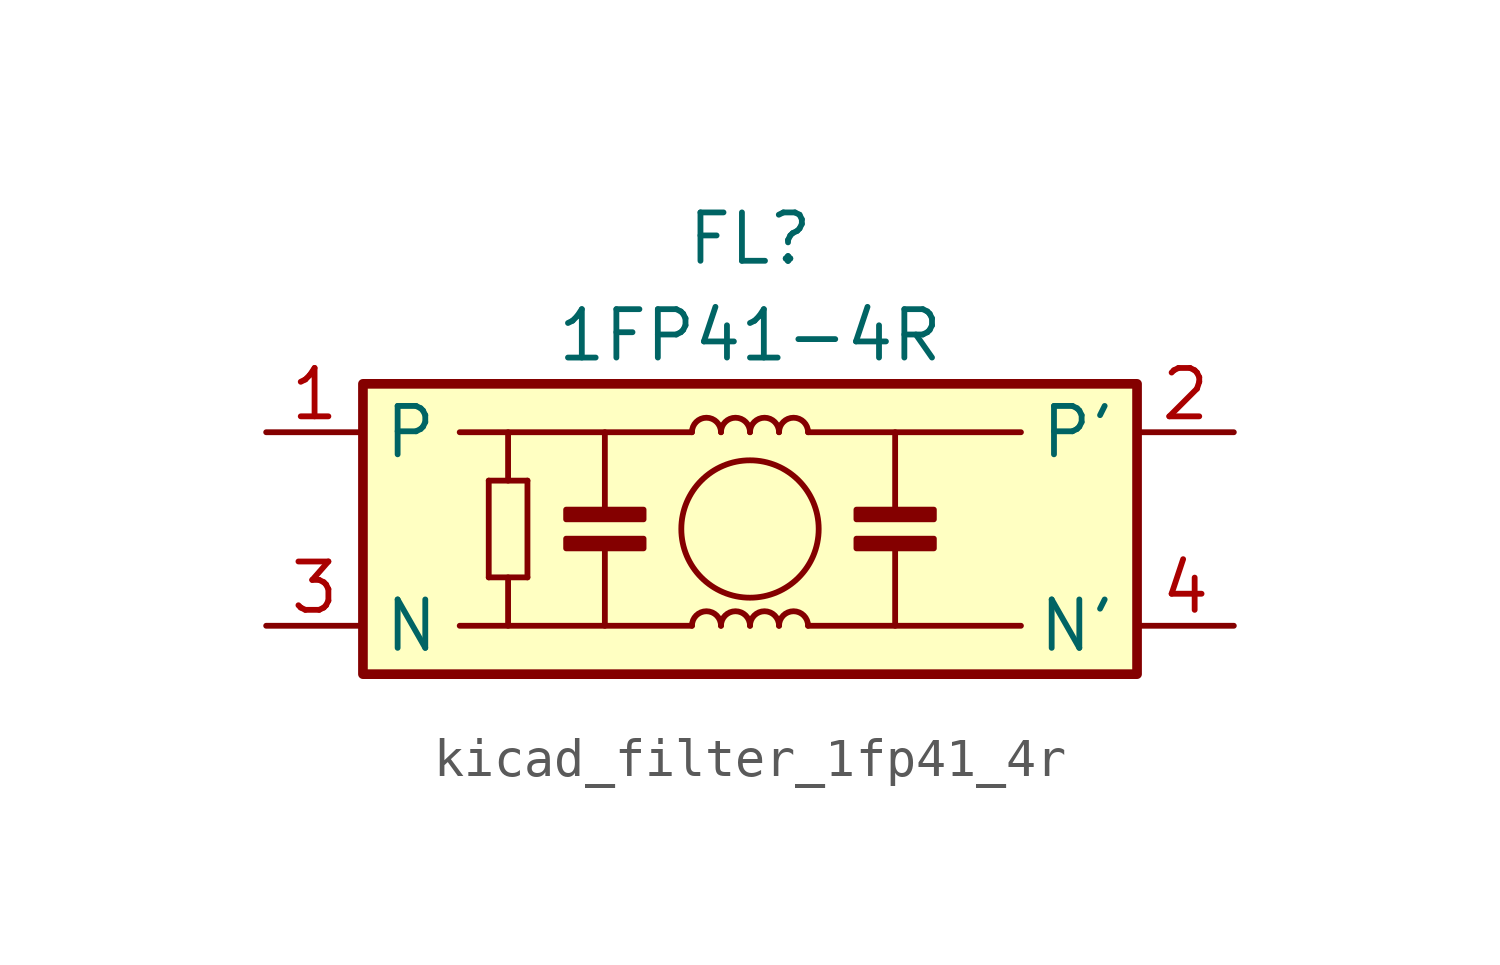
<source format=kicad_sym>
(kicad_symbol_lib
  (version 20220914)
  (generator kicad_symbol_editor)
  (symbol "kicad_filter_1fp41_4r"
    (property "Reference" "FL"
      (at 0 7.62 0)
      (effects (font (size 1.27 1.27))))
    (property "Value" "1FP41-4R"
      (at 0 5.08 0)
      (effects (font (size 1.27 1.27))))
    (symbol "kicad_filter_1fp41_4r_1_1"
      (rectangle (start -10.16 3.81) (end 10.16 -3.81) (stroke (width 0.254) (type default)) (fill (type background)))
      (rectangle (start -4.826 -0.254) (end -2.794 -0.508) (stroke (width 0) (type default)) (fill (type outline)))
      (rectangle (start -4.826 0.254) (end -2.794 0.508) (stroke (width 0) (type default)) (fill (type outline)))
      (arc (start -0.762 -2.54) (mid -1.143 -2.1606) (end -1.524 -2.54) (stroke (width 0) (type default)) (fill (type none)))
      (arc (start -0.762 2.54) (mid -1.143 2.9194) (end -1.524 2.54) (stroke (width 0) (type default)) (fill (type none)))
      (arc (start 0 -2.54) (mid -0.381 -2.1606) (end -0.762 -2.54) (stroke (width 0) (type default)) (fill (type none)))
      (polyline (pts (xy -6.858 -1.27) (xy -6.858 1.27)) (stroke (width 0) (type default)) (fill (type none)))
      (polyline (pts (xy -6.858 -1.27) (xy -5.842 -1.27)) (stroke (width 0) (type default)) (fill (type none)))
      (polyline (pts (xy -6.858 1.27) (xy -5.842 1.27)) (stroke (width 0) (type default)) (fill (type none)))
      (polyline (pts (xy -6.35 -1.27) (xy -6.35 -2.54)) (stroke (width 0) (type default)) (fill (type none)))
      (polyline (pts (xy -6.35 1.27) (xy -6.35 2.54)) (stroke (width 0) (type default)) (fill (type none)))
      (polyline (pts (xy -5.842 -1.27) (xy -5.842 1.27)) (stroke (width 0) (type default)) (fill (type none)))
      (polyline (pts (xy -3.81 -0.508) (xy -3.81 -2.54)) (stroke (width 0) (type default)) (fill (type none)))
      (polyline (pts (xy -3.81 0.508) (xy -3.81 2.54)) (stroke (width 0) (type default)) (fill (type none)))
      (polyline (pts (xy -1.524 -2.54) (xy -7.62 -2.54)) (stroke (width 0) (type default)) (fill (type none)))
      (polyline (pts (xy -1.524 2.54) (xy -7.62 2.54)) (stroke (width 0) (type default)) (fill (type none)))
      (polyline (pts (xy 1.524 -2.54) (xy 7.112 -2.54)) (stroke (width 0) (type default)) (fill (type none)))
      (polyline (pts (xy 3.81 -0.508) (xy 3.81 -2.54)) (stroke (width 0) (type default)) (fill (type none)))
      (polyline (pts (xy 3.81 0.508) (xy 3.81 2.54)) (stroke (width 0) (type default)) (fill (type none)))
      (polyline (pts (xy 7.112 2.54) (xy 1.524 2.54)) (stroke (width 0) (type default)) (fill (type none)))
      (circle (center 0 0) (radius 1.803) (stroke (width 0) (type default)) (fill (type none)))
      (arc (start 0 2.54) (mid -0.381 2.9194) (end -0.762 2.54) (stroke (width 0) (type default)) (fill (type none)))
      (arc (start 0.762 -2.54) (mid 0.381 -2.1606) (end 0 -2.54) (stroke (width 0) (type default)) (fill (type none)))
      (arc (start 0.762 2.54) (mid 0.381 2.9194) (end 0 2.54) (stroke (width 0) (type default)) (fill (type none)))
      (arc (start 1.524 -2.54) (mid 1.143 -2.1606) (end 0.762 -2.54) (stroke (width 0) (type default)) (fill (type none)))
      (arc (start 1.524 2.54) (mid 1.143 2.9194) (end 0.762 2.54) (stroke (width 0) (type default)) (fill (type none)))
      (rectangle (start 2.794 -0.254) (end 4.826 -0.508) (stroke (width 0) (type default)) (fill (type outline)))
      (rectangle (start 2.794 0.254) (end 4.826 0.508) (stroke (width 0) (type default)) (fill (type outline)))
      (pin passive line (at -12.7 2.54 0) (length 2.54) (name "P" (effects (font (size 1.27 1.27)))) (number "1" (effects (font (size 1.27 1.27)))))
      (pin passive line (at 12.7 2.54 180) (length 2.54) (name "P'" (effects (font (size 1.27 1.27)))) (number "2" (effects (font (size 1.27 1.27)))))
      (pin passive line (at -12.7 -2.54 0) (length 2.54) (name "N" (effects (font (size 1.27 1.27)))) (number "3" (effects (font (size 1.27 1.27)))))
      (pin passive line (at 12.7 -2.54 180) (length 2.54) (name "N'" (effects (font (size 1.27 1.27)))) (number "4" (effects (font (size 1.27 1.27))))))))
</source>
